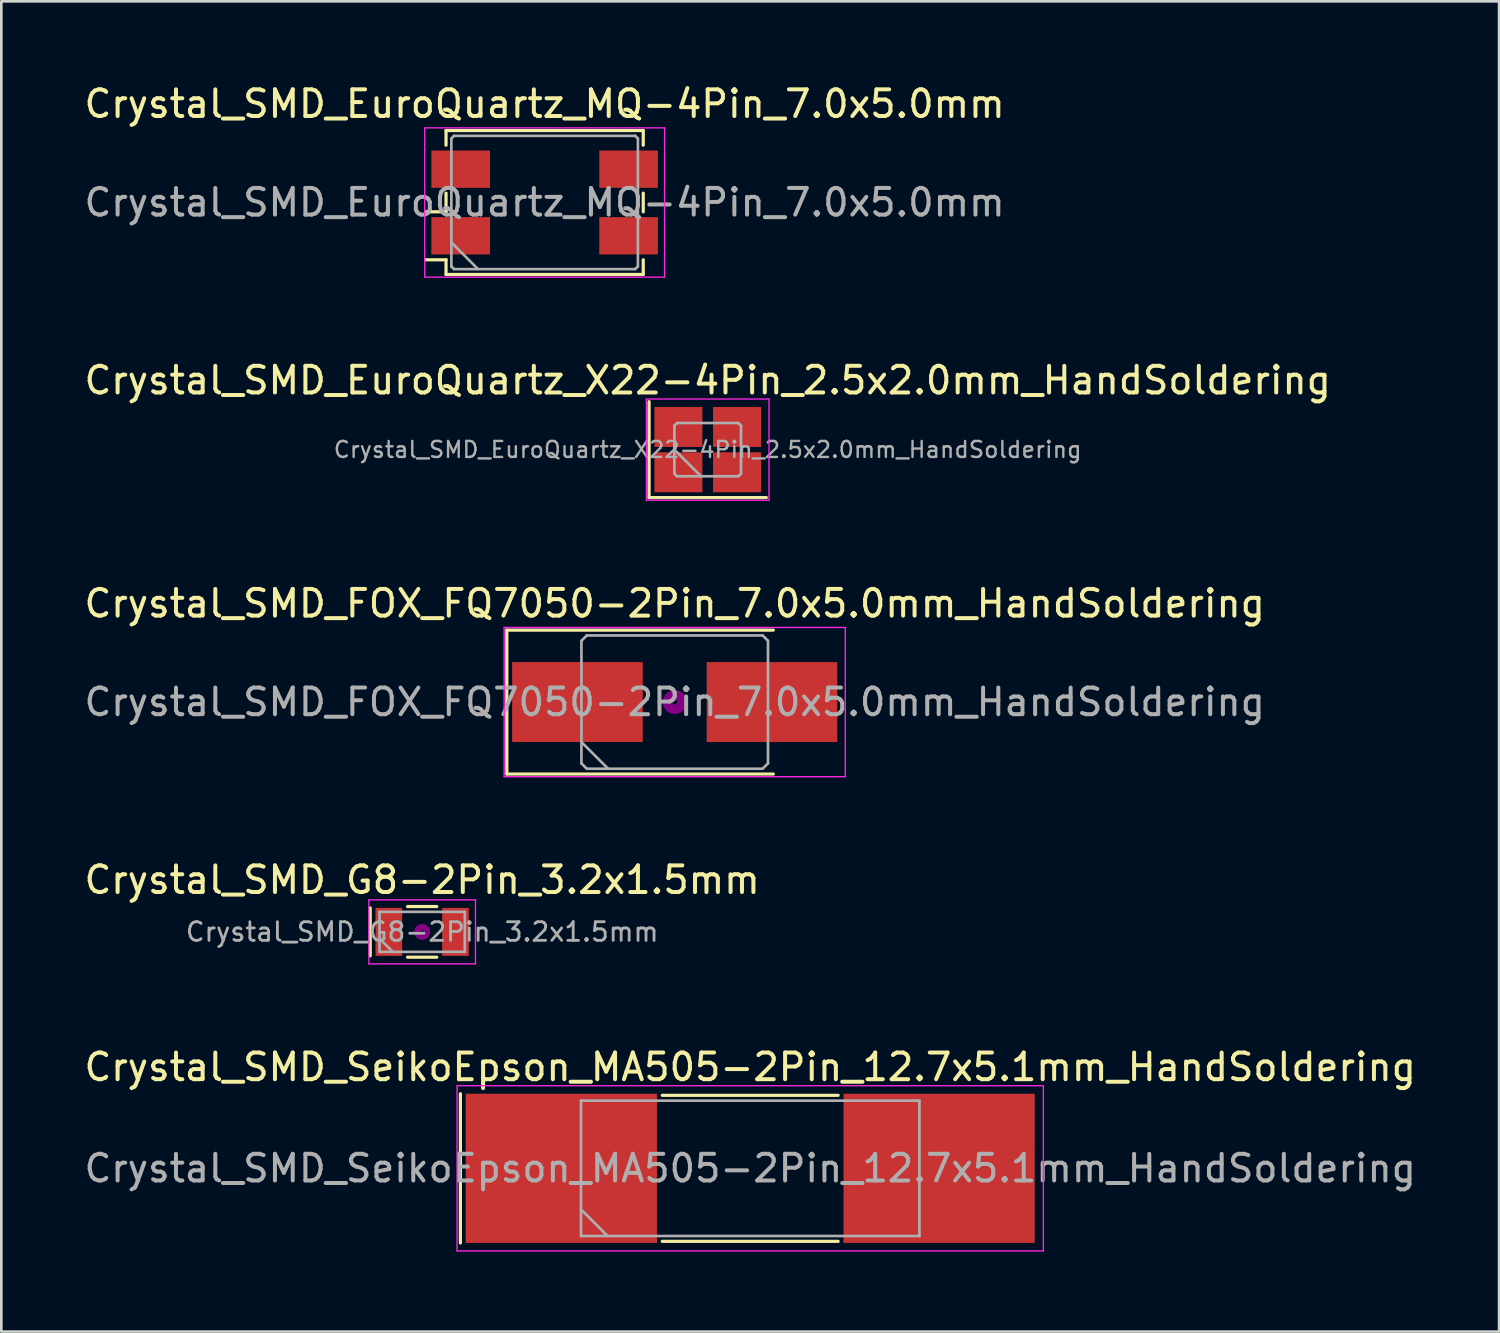
<source format=kicad_pcb>
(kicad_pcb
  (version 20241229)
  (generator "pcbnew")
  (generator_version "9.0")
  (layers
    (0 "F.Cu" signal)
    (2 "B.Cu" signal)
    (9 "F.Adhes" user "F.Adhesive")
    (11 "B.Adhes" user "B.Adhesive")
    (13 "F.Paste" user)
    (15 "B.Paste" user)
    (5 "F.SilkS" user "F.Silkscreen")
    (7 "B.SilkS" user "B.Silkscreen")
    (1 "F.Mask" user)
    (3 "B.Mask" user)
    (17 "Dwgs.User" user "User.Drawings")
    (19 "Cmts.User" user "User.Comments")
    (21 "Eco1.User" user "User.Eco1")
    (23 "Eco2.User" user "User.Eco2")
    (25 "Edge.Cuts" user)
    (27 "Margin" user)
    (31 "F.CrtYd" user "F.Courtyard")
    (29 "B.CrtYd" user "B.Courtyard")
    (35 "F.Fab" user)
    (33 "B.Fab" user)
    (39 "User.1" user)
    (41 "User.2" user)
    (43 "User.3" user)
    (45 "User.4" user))
  (footprint "Crystal_SMD_G8-2Pin_3.2x1.5mm"
    (layer "F.Cu")
    (at 12.792 31.918)
    (property "Reference" "Crystal_SMD_G8-2Pin_3.2x1.5mm" (at 0 -1.95 0) (layer "F.SilkS") (effects (font (size 1 1) (thickness 0.15))))
    (attr smd)
    (fp_line (start -1.95 -0.9) (end -1.95 0.9) (stroke (width 0.12) (type solid)) (layer "F.SilkS"))
    (fp_line (start -0.55 -0.95) (end 0.55 -0.95) (stroke (width 0.12) (type solid)) (layer "F.SilkS"))
    (fp_line (start -0.55 0.95) (end 0.55 0.95) (stroke (width 0.12) (type solid)) (layer "F.SilkS"))
    (fp_circle (center 0 0) (end 0.058 0) (stroke (width 0.117) (type solid)) (fill no) (layer "F.Adhes"))
    (fp_circle (center 0 0) (end 0.133 0) (stroke (width 0.083) (type solid)) (fill no) (layer "F.Adhes"))
    (fp_circle (center 0 0) (end 0.208 0) (stroke (width 0.083) (type solid)) (fill no) (layer "F.Adhes"))
    (fp_circle (center 0 0) (end 0.25 0) (stroke (width 0.1) (type solid)) (fill no) (layer "F.Adhes"))
    (fp_line (start -2 -1.2) (end -2 1.2) (stroke (width 0.05) (type solid)) (layer "F.CrtYd"))
    (fp_line (start -2 1.2) (end 2 1.2) (stroke (width 0.05) (type solid)) (layer "F.CrtYd"))
    (fp_line (start 2 -1.2) (end -2 -1.2) (stroke (width 0.05) (type solid)) (layer "F.CrtYd"))
    (fp_line (start 2 1.2) (end 2 -1.2) (stroke (width 0.05) (type solid)) (layer "F.CrtYd"))
    (fp_line (start -1.6 -0.75) (end -1.6 0.75) (stroke (width 0.1) (type solid)) (layer "F.Fab"))
    (fp_line (start -1.6 0.25) (end -1.1 0.75) (stroke (width 0.1) (type solid)) (layer "F.Fab"))
    (fp_line (start -1.6 0.75) (end 1.6 0.75) (stroke (width 0.1) (type solid)) (layer "F.Fab"))
    (fp_line (start 1.6 -0.75) (end -1.6 -0.75) (stroke (width 0.1) (type solid)) (layer "F.Fab"))
    (fp_line (start 1.6 0.75) (end 1.6 -0.75) (stroke (width 0.1) (type solid)) (layer "F.Fab"))
    (fp_text user "${REFERENCE}" (at 0 0 0) (layer "F.Fab") (effects (font (size 0.7 0.7) (thickness 0.105))))
    (pad "1" smd rect (at -1.25 0) (size 1 1.8) (layers "F.Cu" "F.Mask" "F.Paste"))
    (pad "2" smd rect (at 1.25 0) (size 1 1.8) (layers "F.Cu" "F.Mask" "F.Paste")))
  (footprint "Crystal_SMD_EuroQuartz_MQ-4Pin_7.0x5.0mm"
    (layer "F.Cu")
    (at 17.387 4.548)
    (property "Reference" "Crystal_SMD_EuroQuartz_MQ-4Pin_7.0x5.0mm" (at 0 -3.7 0) (layer "F.SilkS") (effects (font (size 1 1) (thickness 0.15))))
    (attr smd)
    (fp_line (start -4.45 0.35) (end -3.7 0.35) (stroke (width 0.12) (type solid)) (layer "F.SilkS"))
    (fp_line (start -4.45 2.15) (end -3.7 2.15) (stroke (width 0.12) (type solid)) (layer "F.SilkS"))
    (fp_line (start -3.7 -2.7) (end 3.7 -2.7) (stroke (width 0.12) (type solid)) (layer "F.SilkS"))
    (fp_line (start -3.7 -2.15) (end -3.7 -2.7) (stroke (width 0.12) (type solid)) (layer "F.SilkS"))
    (fp_line (start -3.7 0.35) (end -3.7 -0.35) (stroke (width 0.12) (type solid)) (layer "F.SilkS"))
    (fp_line (start -3.7 2.15) (end -3.7 2.7) (stroke (width 0.12) (type solid)) (layer "F.SilkS"))
    (fp_line (start -3.7 2.7) (end 3.7 2.7) (stroke (width 0.12) (type solid)) (layer "F.SilkS"))
    (fp_line (start 3.7 -2.7) (end 3.7 -2.15) (stroke (width 0.12) (type solid)) (layer "F.SilkS"))
    (fp_line (start 3.7 -0.35) (end 3.7 0.35) (stroke (width 0.12) (type solid)) (layer "F.SilkS"))
    (fp_line (start 3.7 2.7) (end 3.7 2.15) (stroke (width 0.12) (type solid)) (layer "F.SilkS"))
    (fp_line (start -4.5 -2.8) (end -4.5 2.8) (stroke (width 0.05) (type solid)) (layer "F.CrtYd"))
    (fp_line (start -4.5 2.8) (end 4.5 2.8) (stroke (width 0.05) (type solid)) (layer "F.CrtYd"))
    (fp_line (start 4.5 -2.8) (end -4.5 -2.8) (stroke (width 0.05) (type solid)) (layer "F.CrtYd"))
    (fp_line (start 4.5 2.8) (end 4.5 -2.8) (stroke (width 0.05) (type solid)) (layer "F.CrtYd"))
    (fp_line (start -3.5 -2.4) (end -3.4 -2.5) (stroke (width 0.1) (type solid)) (layer "F.Fab"))
    (fp_line (start -3.5 1.5) (end -2.5 2.5) (stroke (width 0.1) (type solid)) (layer "F.Fab"))
    (fp_line (start -3.5 2.4) (end -3.5 -2.4) (stroke (width 0.1) (type solid)) (layer "F.Fab"))
    (fp_line (start -3.4 -2.5) (end 3.4 -2.5) (stroke (width 0.1) (type solid)) (layer "F.Fab"))
    (fp_line (start -3.4 2.5) (end -3.5 2.4) (stroke (width 0.1) (type solid)) (layer "F.Fab"))
    (fp_line (start 3.4 -2.5) (end 3.5 -2.4) (stroke (width 0.1) (type solid)) (layer "F.Fab"))
    (fp_line (start 3.4 2.5) (end -3.4 2.5) (stroke (width 0.1) (type solid)) (layer "F.Fab"))
    (fp_line (start 3.5 -2.4) (end 3.5 2.4) (stroke (width 0.1) (type solid)) (layer "F.Fab"))
    (fp_line (start 3.5 2.4) (end 3.4 2.5) (stroke (width 0.1) (type solid)) (layer "F.Fab"))
    (fp_text user "${REFERENCE}" (at 0 0 0) (layer "F.Fab") (effects (font (size 1 1) (thickness 0.15))))
    (pad "1" smd rect (at -3.15 1.25) (size 2.2 1.4) (layers "F.Cu" "F.Mask" "F.Paste"))
    (pad "2" smd rect (at 3.15 1.25) (size 2.2 1.4) (layers "F.Cu" "F.Mask" "F.Paste"))
    (pad "3" smd rect (at 3.15 -1.25) (size 2.2 1.4) (layers "F.Cu" "F.Mask" "F.Paste"))
    (pad "4" smd rect (at -3.15 -1.25) (size 2.2 1.4) (layers "F.Cu" "F.Mask" "F.Paste")))
  (footprint "Crystal_SMD_FOX_FQ7050-2Pin_7.0x5.0mm_HandSoldering"
    (layer "F.Cu")
    (at 22.268 23.295)
    (property "Reference" "Crystal_SMD_FOX_FQ7050-2Pin_7.0x5.0mm_HandSoldering" (at 0 -3.7 0) (layer "F.SilkS") (effects (font (size 1 1) (thickness 0.15))))
    (attr smd)
    (fp_line (start -6.3 -2.7) (end -6.3 2.7) (stroke (width 0.12) (type solid)) (layer "F.SilkS"))
    (fp_line (start -6.3 2.7) (end 3.7 2.7) (stroke (width 0.12) (type solid)) (layer "F.SilkS"))
    (fp_line (start 3.7 -2.7) (end -6.3 -2.7) (stroke (width 0.12) (type solid)) (layer "F.SilkS"))
    (fp_circle (center 0 0) (end 0.093 0) (stroke (width 0.187) (type solid)) (fill no) (layer "F.Adhes"))
    (fp_circle (center 0 0) (end 0.213 0) (stroke (width 0.133) (type solid)) (fill no) (layer "F.Adhes"))
    (fp_circle (center 0 0) (end 0.333 0) (stroke (width 0.133) (type solid)) (fill no) (layer "F.Adhes"))
    (fp_circle (center 0 0) (end 0.4 0) (stroke (width 0.1) (type solid)) (fill no) (layer "F.Adhes"))
    (fp_line (start -6.4 -2.8) (end -6.4 2.8) (stroke (width 0.05) (type solid)) (layer "F.CrtYd"))
    (fp_line (start -6.4 2.8) (end 6.4 2.8) (stroke (width 0.05) (type solid)) (layer "F.CrtYd"))
    (fp_line (start 6.4 -2.8) (end -6.4 -2.8) (stroke (width 0.05) (type solid)) (layer "F.CrtYd"))
    (fp_line (start 6.4 2.8) (end 6.4 -2.8) (stroke (width 0.05) (type solid)) (layer "F.CrtYd"))
    (fp_line (start -3.5 -2.3) (end -3.3 -2.5) (stroke (width 0.1) (type solid)) (layer "F.Fab"))
    (fp_line (start -3.5 1.5) (end -2.5 2.5) (stroke (width 0.1) (type solid)) (layer "F.Fab"))
    (fp_line (start -3.5 2.3) (end -3.5 -2.3) (stroke (width 0.1) (type solid)) (layer "F.Fab"))
    (fp_line (start -3.3 -2.5) (end 3.3 -2.5) (stroke (width 0.1) (type solid)) (layer "F.Fab"))
    (fp_line (start -3.3 2.5) (end -3.5 2.3) (stroke (width 0.1) (type solid)) (layer "F.Fab"))
    (fp_line (start 3.3 -2.5) (end 3.5 -2.3) (stroke (width 0.1) (type solid)) (layer "F.Fab"))
    (fp_line (start 3.3 2.5) (end -3.3 2.5) (stroke (width 0.1) (type solid)) (layer "F.Fab"))
    (fp_line (start 3.5 -2.3) (end 3.5 2.3) (stroke (width 0.1) (type solid)) (layer "F.Fab"))
    (fp_line (start 3.5 2.3) (end 3.3 2.5) (stroke (width 0.1) (type solid)) (layer "F.Fab"))
    (fp_text user "${REFERENCE}" (at 0 0 0) (layer "F.Fab") (effects (font (size 1 1) (thickness 0.15))))
    (pad "1" smd rect (at -3.65 0) (size 4.9 3) (layers "F.Cu" "F.Mask" "F.Paste"))
    (pad "2" smd rect (at 3.65 0) (size 4.9 3) (layers "F.Cu" "F.Mask" "F.Paste")))
  (footprint "Crystal_SMD_SeikoEpson_MA505-2Pin_12.7x5.1mm_HandSoldering"
    (layer "F.Cu")
    (at 25.101 40.791)
    (property "Reference" "Crystal_SMD_SeikoEpson_MA505-2Pin_12.7x5.1mm_HandSoldering" (at 0 -3.8 0) (layer "F.SilkS") (effects (font (size 1 1) (thickness 0.15))))
    (attr smd)
    (fp_line (start -10.875 -2.8) (end -10.875 2.8) (stroke (width 0.12) (type solid)) (layer "F.SilkS"))
    (fp_line (start -3.3 -2.74) (end 3.3 -2.74) (stroke (width 0.12) (type solid)) (layer "F.SilkS"))
    (fp_line (start -3.3 2.74) (end 3.3 2.74) (stroke (width 0.12) (type solid)) (layer "F.SilkS"))
    (fp_line (start -11 -3.1) (end -11 3.1) (stroke (width 0.05) (type solid)) (layer "F.CrtYd"))
    (fp_line (start -11 3.1) (end 11 3.1) (stroke (width 0.05) (type solid)) (layer "F.CrtYd"))
    (fp_line (start 11 -3.1) (end -11 -3.1) (stroke (width 0.05) (type solid)) (layer "F.CrtYd"))
    (fp_line (start 11 3.1) (end 11 -3.1) (stroke (width 0.05) (type solid)) (layer "F.CrtYd"))
    (fp_line (start -6.35 -2.54) (end -6.35 2.54) (stroke (width 0.1) (type solid)) (layer "F.Fab"))
    (fp_line (start -6.35 1.54) (end -5.35 2.54) (stroke (width 0.1) (type solid)) (layer "F.Fab"))
    (fp_line (start -6.35 2.54) (end 6.35 2.54) (stroke (width 0.1) (type solid)) (layer "F.Fab"))
    (fp_line (start 6.35 -2.54) (end -6.35 -2.54) (stroke (width 0.1) (type solid)) (layer "F.Fab"))
    (fp_line (start 6.35 2.54) (end 6.35 -2.54) (stroke (width 0.1) (type solid)) (layer "F.Fab"))
    (fp_text user "${REFERENCE}" (at 0 0 0) (layer "F.Fab") (effects (font (size 1 1) (thickness 0.15))))
    (pad "1" smd rect (at -7.088 0) (size 7.175 5.6) (layers "F.Cu" "F.Mask" "F.Paste"))
    (pad "2" smd rect (at 7.088 0) (size 7.175 5.6) (layers "F.Cu" "F.Mask" "F.Paste")))
  (footprint "Crystal_SMD_EuroQuartz_X22-4Pin_2.5x2.0mm_HandSoldering"
    (layer "F.Cu")
    (at 23.506 13.822)
    (property "Reference" "Crystal_SMD_EuroQuartz_X22-4Pin_2.5x2.0mm_HandSoldering" (at 0 -2.6 0) (layer "F.SilkS") (effects (font (size 1 1) (thickness 0.15))))
    (attr smd)
    (fp_line (start -2.2 -1.8) (end -2.2 1.8) (stroke (width 0.12) (type solid)) (layer "F.SilkS"))
    (fp_line (start -2.2 1.8) (end 2.2 1.8) (stroke (width 0.12) (type solid)) (layer "F.SilkS"))
    (fp_line (start -2.3 -1.9) (end -2.3 1.9) (stroke (width 0.05) (type solid)) (layer "F.CrtYd"))
    (fp_line (start -2.3 1.9) (end 2.3 1.9) (stroke (width 0.05) (type solid)) (layer "F.CrtYd"))
    (fp_line (start 2.3 -1.9) (end -2.3 -1.9) (stroke (width 0.05) (type solid)) (layer "F.CrtYd"))
    (fp_line (start 2.3 1.9) (end 2.3 -1.9) (stroke (width 0.05) (type solid)) (layer "F.CrtYd"))
    (fp_line (start -1.25 -0.9) (end -1.15 -1) (stroke (width 0.1) (type solid)) (layer "F.Fab"))
    (fp_line (start -1.25 0) (end -0.25 1) (stroke (width 0.1) (type solid)) (layer "F.Fab"))
    (fp_line (start -1.25 0.9) (end -1.25 -0.9) (stroke (width 0.1) (type solid)) (layer "F.Fab"))
    (fp_line (start -1.15 -1) (end 1.15 -1) (stroke (width 0.1) (type solid)) (layer "F.Fab"))
    (fp_line (start -1.15 1) (end -1.25 0.9) (stroke (width 0.1) (type solid)) (layer "F.Fab"))
    (fp_line (start 1.15 -1) (end 1.25 -0.9) (stroke (width 0.1) (type solid)) (layer "F.Fab"))
    (fp_line (start 1.15 1) (end -1.15 1) (stroke (width 0.1) (type solid)) (layer "F.Fab"))
    (fp_line (start 1.25 -0.9) (end 1.25 0.9) (stroke (width 0.1) (type solid)) (layer "F.Fab"))
    (fp_line (start 1.25 0.9) (end 1.15 1) (stroke (width 0.1) (type solid)) (layer "F.Fab"))
    (fp_text user "${REFERENCE}" (at 0 0 0) (layer "F.Fab") (effects (font (size 0.6 0.6) (thickness 0.09))))
    (pad "1" smd rect (at -1.1 0.85) (size 1.8 1.5) (layers "F.Cu" "F.Mask" "F.Paste"))
    (pad "2" smd rect (at 1.1 0.85) (size 1.8 1.5) (layers "F.Cu" "F.Mask" "F.Paste"))
    (pad "3" smd rect (at 1.1 -0.85) (size 1.8 1.5) (layers "F.Cu" "F.Mask" "F.Paste"))
    (pad "4" smd rect (at -1.1 -0.85) (size 1.8 1.5) (layers "F.Cu" "F.Mask" "F.Paste")))
  (gr_rect
    (start -3 -3)
    (end 53.202 46.916)
    (stroke (width 0.1) (type default))
    (fill no)
    (layer "Edge.Cuts")))
</source>
